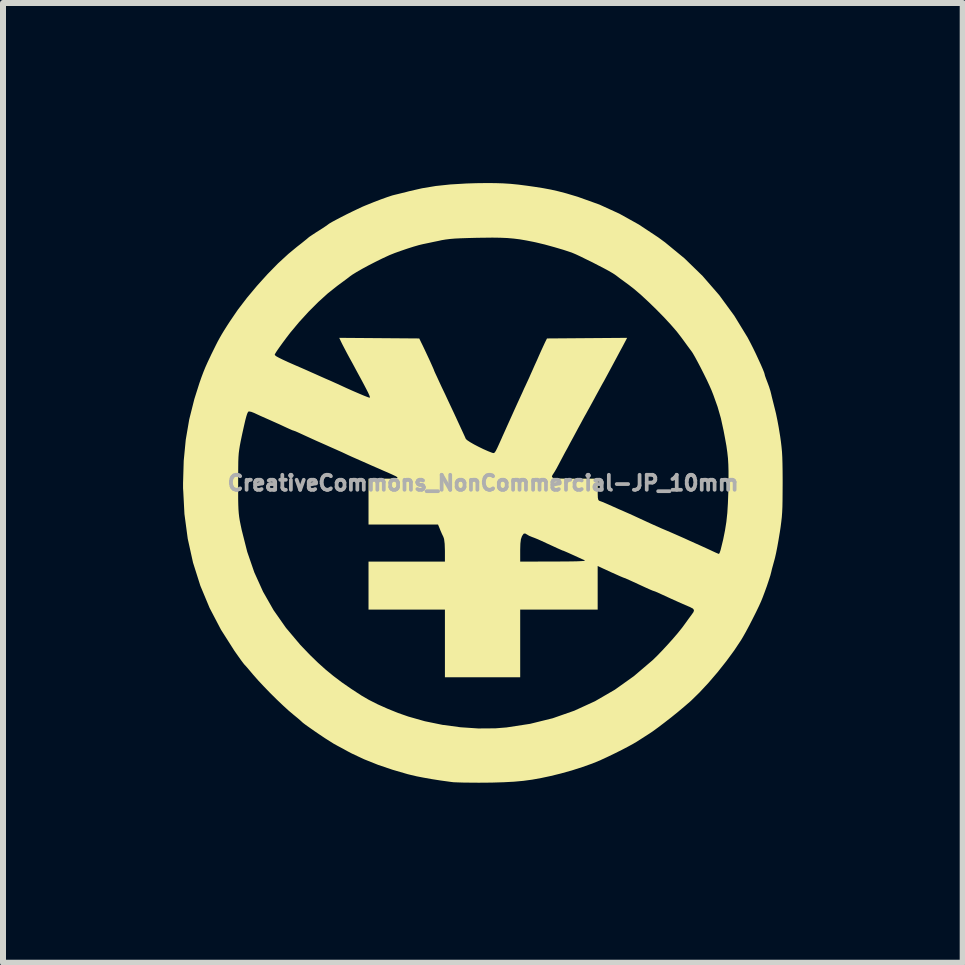
<source format=kicad_pcb>
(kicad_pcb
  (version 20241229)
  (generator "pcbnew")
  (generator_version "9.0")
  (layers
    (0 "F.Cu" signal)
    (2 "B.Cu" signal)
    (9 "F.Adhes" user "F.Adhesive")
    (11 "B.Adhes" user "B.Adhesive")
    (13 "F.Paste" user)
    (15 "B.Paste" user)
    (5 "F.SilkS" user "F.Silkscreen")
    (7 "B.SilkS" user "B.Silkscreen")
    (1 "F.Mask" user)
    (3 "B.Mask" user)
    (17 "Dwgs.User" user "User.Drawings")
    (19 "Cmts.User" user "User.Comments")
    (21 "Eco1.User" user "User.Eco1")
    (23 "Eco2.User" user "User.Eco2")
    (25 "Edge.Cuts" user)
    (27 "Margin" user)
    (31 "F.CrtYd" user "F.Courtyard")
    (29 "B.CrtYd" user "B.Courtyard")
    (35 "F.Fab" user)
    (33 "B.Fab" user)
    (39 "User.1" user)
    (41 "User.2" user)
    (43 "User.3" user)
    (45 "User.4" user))
  (footprint "CreativeCommons_NonCommercial-JP_10mm"
    (layer "F.Cu")
    (at 4.999 4.998)
    (property "Reference" "CreativeCommons_NonCommercial-JP_10mm" (at 0 0 0) (layer "F.Fab") (effects (font (size 0.25 0.25) (thickness 0.3))))
    (attr board_only exclude_from_pos_files exclude_from_bom)
    (fp_poly (pts (xy 0.202 -4.997) (xy 0.332 -4.993) (xy 0.457 -4.985) (xy 0.588 -4.972) (xy 0.735 -4.953) (xy 0.855 -4.936) (xy 1.001 -4.913) (xy 1.13 -4.889) (xy 1.253 -4.861) (xy 1.383 -4.827) (xy 1.53 -4.783) (xy 1.591 -4.764) (xy 1.937 -4.64) (xy 2.27 -4.488) (xy 2.595 -4.307) (xy 2.918 -4.093) (xy 3.03 -4.011) (xy 3.355 -3.744) (xy 3.657 -3.45) (xy 3.934 -3.131) (xy 4.185 -2.788) (xy 4.407 -2.425) (xy 4.419 -2.402) (xy 4.457 -2.33) (xy 4.5 -2.245) (xy 4.545 -2.152) (xy 4.588 -2.059) (xy 4.628 -1.972) (xy 4.66 -1.898) (xy 4.682 -1.843) (xy 4.691 -1.813) (xy 4.691 -1.811) (xy 4.697 -1.787) (xy 4.714 -1.739) (xy 4.737 -1.679) (xy 4.764 -1.606) (xy 4.787 -1.533) (xy 4.799 -1.486) (xy 4.811 -1.434) (xy 4.83 -1.359) (xy 4.851 -1.275) (xy 4.861 -1.236) (xy 4.881 -1.154) (xy 4.903 -1.047) (xy 4.925 -0.929) (xy 4.944 -0.812) (xy 4.949 -0.782) (xy 4.962 -0.689) (xy 4.972 -0.605) (xy 4.98 -0.521) (xy 4.985 -0.431) (xy 4.988 -0.328) (xy 4.99 -0.205) (xy 4.991 -0.056) (xy 4.991 0.009) (xy 4.99 0.165) (xy 4.989 0.292) (xy 4.987 0.397) (xy 4.983 0.486) (xy 4.977 0.567) (xy 4.968 0.647) (xy 4.957 0.733) (xy 4.942 0.832) (xy 4.941 0.836) (xy 4.922 0.951) (xy 4.902 1.063) (xy 4.882 1.164) (xy 4.864 1.244) (xy 4.854 1.282) (xy 4.833 1.358) (xy 4.813 1.431) (xy 4.801 1.482) (xy 4.786 1.54) (xy 4.76 1.621) (xy 4.728 1.717) (xy 4.692 1.816) (xy 4.657 1.909) (xy 4.631 1.973) (xy 4.595 2.052) (xy 4.547 2.152) (xy 4.491 2.263) (xy 4.433 2.376) (xy 4.377 2.481) (xy 4.327 2.569) (xy 4.299 2.616) (xy 4.184 2.789) (xy 4.051 2.97) (xy 3.906 3.153) (xy 3.755 3.329) (xy 3.606 3.489) (xy 3.466 3.626) (xy 3.453 3.638) (xy 3.359 3.719) (xy 3.251 3.81) (xy 3.136 3.903) (xy 3.02 3.993) (xy 2.912 4.075) (xy 2.82 4.142) (xy 2.772 4.174) (xy 2.697 4.222) (xy 2.616 4.274) (xy 2.563 4.308) (xy 2.502 4.344) (xy 2.416 4.391) (xy 2.313 4.445) (xy 2.199 4.502) (xy 2.083 4.558) (xy 1.973 4.609) (xy 1.955 4.618) (xy 1.818 4.674) (xy 1.657 4.731) (xy 1.48 4.788) (xy 1.297 4.839) (xy 1.127 4.881) (xy 0.967 4.915) (xy 0.818 4.942) (xy 0.67 4.962) (xy 0.516 4.976) (xy 0.346 4.985) (xy 0.152 4.991) (xy 0.064 4.992) (xy -0.071 4.993) (xy -0.201 4.992) (xy -0.318 4.991) (xy -0.417 4.988) (xy -0.492 4.985) (xy -0.527 4.981) (xy -0.709 4.956) (xy -0.861 4.932) (xy -0.99 4.909) (xy -1.104 4.887) (xy -1.21 4.862) (xy -1.255 4.851) (xy -1.506 4.778) (xy -1.751 4.695) (xy -1.981 4.603) (xy -2.186 4.507) (xy -2.264 4.466) (xy -2.332 4.428) (xy -2.396 4.394) (xy -2.441 4.37) (xy -2.445 4.367) (xy -2.491 4.342) (xy -2.556 4.301) (xy -2.635 4.251) (xy -2.72 4.194) (xy -2.805 4.136) (xy -2.885 4.08) (xy -2.953 4.032) (xy -3.003 3.994) (xy -3.027 3.972) (xy -3.05 3.951) (xy -3.092 3.915) (xy -3.147 3.87) (xy -3.164 3.856) (xy -3.241 3.791) (xy -3.336 3.704) (xy -3.441 3.604) (xy -3.549 3.497) (xy -3.653 3.389) (xy -3.747 3.289) (xy -3.824 3.201) (xy -3.833 3.191) (xy -3.886 3.128) (xy -3.931 3.075) (xy -3.963 3.039) (xy -3.975 3.027) (xy -3.992 3.006) (xy -4.026 2.961) (xy -4.071 2.898) (xy -4.124 2.823) (xy -4.143 2.796) (xy -4.367 2.444) (xy -4.556 2.083) (xy -4.711 1.711) (xy -4.833 1.326) (xy -4.921 0.928) (xy -4.976 0.516) (xy -4.995 0.148) (xy -4.081 0.148) (xy -4.081 0.267) (xy -4.079 0.361) (xy -4.076 0.438) (xy -4.071 0.504) (xy -4.064 0.565) (xy -4.054 0.627) (xy -4.04 0.697) (xy -4.022 0.782) (xy -4.022 0.782) (xy -3.93 1.146) (xy -3.812 1.488) (xy -3.666 1.811) (xy -3.491 2.118) (xy -3.285 2.412) (xy -3.045 2.697) (xy -2.884 2.865) (xy -2.752 2.993) (xy -2.625 3.107) (xy -2.495 3.214) (xy -2.355 3.32) (xy -2.196 3.43) (xy -2.026 3.541) (xy -1.904 3.612) (xy -1.756 3.687) (xy -1.59 3.761) (xy -1.417 3.831) (xy -1.245 3.891) (xy -0.97 3.969) (xy -0.677 4.029) (xy -0.378 4.069) (xy -0.081 4.089) (xy 0.205 4.087) (xy 0.391 4.072) (xy 0.783 4.012) (xy 1.16 3.919) (xy 1.52 3.793) (xy 1.865 3.635) (xy 2.196 3.443) (xy 2.513 3.217) (xy 2.817 2.958) (xy 2.827 2.949) (xy 2.901 2.877) (xy 2.985 2.79) (xy 3.075 2.693) (xy 3.162 2.596) (xy 3.24 2.505) (xy 3.302 2.428) (xy 3.324 2.4) (xy 3.375 2.33) (xy 3.421 2.266) (xy 3.458 2.216) (xy 3.472 2.197) (xy 3.506 2.149) (xy 3.514 2.117) (xy 3.496 2.092) (xy 3.447 2.066) (xy 3.423 2.056) (xy 3.291 1.999) (xy 3.14 1.931) (xy 2.983 1.859) (xy 2.97 1.853) (xy 2.912 1.826) (xy 2.867 1.807) (xy 2.846 1.8) (xy 2.846 1.8) (xy 2.825 1.793) (xy 2.78 1.774) (xy 2.722 1.748) (xy 2.722 1.748) (xy 2.598 1.691) (xy 2.505 1.648) (xy 2.437 1.617) (xy 2.392 1.597) (xy 2.365 1.585) (xy 2.354 1.582) (xy 2.354 1.582) (xy 2.333 1.574) (xy 2.285 1.554) (xy 2.214 1.522) (xy 2.124 1.482) (xy 2.021 1.434) (xy 2.005 1.427) (xy 1.909 1.382) (xy 1.909 2.109) (xy 0.618 2.109) (xy 0.618 3.236) (xy -0.636 3.236) (xy -0.636 2.109) (xy -1.909 2.109) (xy -1.909 1.309) (xy -0.636 1.309) (xy 0.618 1.309) (xy 1.177 1.308) (xy 1.34 1.307) (xy 1.468 1.306) (xy 1.566 1.304) (xy 1.634 1.301) (xy 1.677 1.298) (xy 1.695 1.293) (xy 1.693 1.287) (xy 1.691 1.286) (xy 1.654 1.27) (xy 1.595 1.243) (xy 1.523 1.21) (xy 1.494 1.197) (xy 1.426 1.166) (xy 1.373 1.143) (xy 1.34 1.129) (xy 1.334 1.127) (xy 1.328 1.126) (xy 1.312 1.119) (xy 1.282 1.106) (xy 1.235 1.085) (xy 1.166 1.053) (xy 1.072 1.01) (xy 0.973 0.964) (xy 0.908 0.935) (xy 0.851 0.912) (xy 0.818 0.9) (xy 0.767 0.879) (xy 0.737 0.861) (xy 0.7 0.84) (xy 0.675 0.845) (xy 0.651 0.88) (xy 0.646 0.89) (xy 0.63 0.937) (xy 0.621 1.01) (xy 0.618 1.114) (xy 0.618 1.126) (xy 0.618 1.309) (xy -0.636 1.309) (xy -0.636 1.129) (xy -0.64 1.014) (xy -0.65 0.933) (xy -0.662 0.897) (xy -0.686 0.847) (xy -0.713 0.785) (xy -0.719 0.768) (xy -0.751 0.691) (xy -1.909 0.691) (xy -1.909 -0.073) (xy -1.651 -0.073) (xy -1.543 -0.073) (xy -1.47 -0.076) (xy -1.432 -0.082) (xy -1.426 -0.093) (xy -1.452 -0.112) (xy -1.509 -0.139) (xy -1.582 -0.172) (xy -1.659 -0.205) (xy -1.738 -0.24) (xy -1.791 -0.263) (xy -1.851 -0.289) (xy -1.929 -0.324) (xy -2.013 -0.361) (xy -2.036 -0.371) (xy -2.115 -0.406) (xy -2.19 -0.439) (xy -2.249 -0.466) (xy -2.264 -0.473) (xy -2.349 -0.513) (xy -2.452 -0.559) (xy -2.554 -0.604) (xy -2.625 -0.636) (xy -2.777 -0.703) (xy -2.961 -0.787) (xy -3.013 -0.811) (xy -3.076 -0.84) (xy -3.126 -0.862) (xy -3.154 -0.872) (xy -3.157 -0.873) (xy -3.179 -0.88) (xy -3.222 -0.899) (xy -3.262 -0.917) (xy -3.318 -0.943) (xy -3.395 -0.979) (xy -3.483 -1.018) (xy -3.545 -1.046) (xy -3.631 -1.084) (xy -3.712 -1.12) (xy -3.779 -1.151) (xy -3.813 -1.167) (xy -3.862 -1.186) (xy -3.899 -1.193) (xy -3.908 -1.192) (xy -3.919 -1.179) (xy -3.931 -1.154) (xy -3.945 -1.11) (xy -3.962 -1.046) (xy -3.983 -0.955) (xy -4.01 -0.834) (xy -4.023 -0.773) (xy -4.04 -0.691) (xy -4.053 -0.622) (xy -4.063 -0.56) (xy -4.071 -0.499) (xy -4.076 -0.432) (xy -4.079 -0.354) (xy -4.08 -0.257) (xy -4.081 -0.135) (xy -4.081 0) (xy -4.081 0.148) (xy -4.995 0.148) (xy -4.999 0.088) (xy -4.999 0) (xy -4.988 -0.371) (xy -4.954 -0.722) (xy -4.896 -1.061) (xy -4.811 -1.399) (xy -4.727 -1.664) (xy -4.692 -1.764) (xy -4.66 -1.849) (xy -4.627 -1.93) (xy -4.589 -2.015) (xy -4.542 -2.114) (xy -4.53 -2.14) (xy -3.472 -2.14) (xy -3.465 -2.127) (xy -3.443 -2.11) (xy -3.401 -2.087) (xy -3.338 -2.056) (xy -3.25 -2.015) (xy -3.134 -1.964) (xy -3 -1.906) (xy -2.932 -1.876) (xy -2.863 -1.845) (xy -2.845 -1.837) (xy -2.795 -1.815) (xy -2.724 -1.783) (xy -2.645 -1.748) (xy -2.618 -1.736) (xy -2.539 -1.702) (xy -2.464 -1.668) (xy -2.405 -1.642) (xy -2.391 -1.635) (xy -2.274 -1.581) (xy -2.164 -1.532) (xy -2.066 -1.49) (xy -1.986 -1.456) (xy -1.927 -1.433) (xy -1.894 -1.422) (xy -1.89 -1.422) (xy -1.886 -1.427) (xy -1.888 -1.441) (xy -1.897 -1.465) (xy -1.914 -1.503) (xy -1.942 -1.558) (xy -1.98 -1.631) (xy -2.031 -1.727) (xy -2.097 -1.848) (xy -2.177 -1.997) (xy -2.219 -2.073) (xy -2.264 -2.156) (xy -2.306 -2.236) (xy -2.341 -2.303) (xy -2.36 -2.341) (xy -2.397 -2.419) (xy -1.064 -2.409) (xy -1.033 -2.345) (xy -1.003 -2.284) (xy -0.968 -2.21) (xy -0.93 -2.129) (xy -0.893 -2.05) (xy -0.861 -1.979) (xy -0.836 -1.923) (xy -0.821 -1.888) (xy -0.818 -1.881) (xy -0.816 -1.873) (xy -0.808 -1.854) (xy -0.793 -1.821) (xy -0.769 -1.77) (xy -0.736 -1.698) (xy -0.691 -1.601) (xy -0.632 -1.478) (xy -0.581 -1.368) (xy -0.484 -1.162) (xy -0.4 -0.98) (xy -0.363 -0.9) (xy -0.332 -0.833) (xy -0.305 -0.774) (xy -0.288 -0.736) (xy -0.287 -0.734) (xy -0.264 -0.713) (xy -0.216 -0.681) (xy -0.15 -0.643) (xy -0.073 -0.603) (xy 0.007 -0.564) (xy 0.084 -0.53) (xy 0.148 -0.505) (xy 0.155 -0.503) (xy 0.17 -0.499) (xy 0.183 -0.501) (xy 0.197 -0.513) (xy 0.214 -0.54) (xy 0.237 -0.586) (xy 0.269 -0.656) (xy 0.313 -0.754) (xy 0.321 -0.773) (xy 0.36 -0.859) (xy 0.406 -0.962) (xy 0.458 -1.077) (xy 0.511 -1.195) (xy 0.564 -1.312) (xy 0.613 -1.419) (xy 0.655 -1.51) (xy 0.686 -1.58) (xy 0.7 -1.609) (xy 0.732 -1.678) (xy 0.769 -1.758) (xy 0.791 -1.809) (xy 0.819 -1.871) (xy 0.856 -1.955) (xy 0.898 -2.047) (xy 0.929 -2.118) (xy 0.966 -2.201) (xy 1 -2.275) (xy 1.027 -2.333) (xy 1.042 -2.364) (xy 1.065 -2.409) (xy 2.4 -2.419) (xy 2.325 -2.277) (xy 2.28 -2.194) (xy 2.23 -2.1) (xy 2.178 -2.003) (xy 2.127 -1.908) (xy 2.08 -1.821) (xy 2.041 -1.749) (xy 2.013 -1.697) (xy 1.999 -1.673) (xy 1.985 -1.648) (xy 1.957 -1.597) (xy 1.919 -1.527) (xy 1.874 -1.445) (xy 1.855 -1.409) (xy 1.808 -1.323) (xy 1.767 -1.248) (xy 1.734 -1.189) (xy 1.714 -1.152) (xy 1.71 -1.145) (xy 1.696 -1.121) (xy 1.668 -1.07) (xy 1.63 -0.999) (xy 1.584 -0.915) (xy 1.552 -0.855) (xy 1.5 -0.758) (xy 1.449 -0.665) (xy 1.406 -0.583) (xy 1.372 -0.522) (xy 1.36 -0.5) (xy 1.323 -0.43) (xy 1.281 -0.351) (xy 1.258 -0.307) (xy 1.225 -0.245) (xy 1.193 -0.19) (xy 1.175 -0.162) (xy 1.156 -0.133) (xy 1.147 -0.112) (xy 1.151 -0.096) (xy 1.172 -0.085) (xy 1.214 -0.078) (xy 1.281 -0.075) (xy 1.376 -0.073) (xy 1.503 -0.073) (xy 1.527 -0.073) (xy 1.909 -0.073) (xy 1.909 0.108) (xy 1.91 0.19) (xy 1.912 0.244) (xy 1.918 0.275) (xy 1.929 0.292) (xy 1.946 0.3) (xy 1.95 0.301) (xy 1.988 0.315) (xy 2.045 0.339) (xy 2.1 0.363) (xy 2.169 0.394) (xy 2.256 0.433) (xy 2.344 0.471) (xy 2.364 0.48) (xy 2.446 0.516) (xy 2.527 0.553) (xy 2.594 0.584) (xy 2.609 0.591) (xy 2.802 0.68) (xy 2.97 0.755) (xy 3.055 0.791) (xy 3.123 0.82) (xy 3.212 0.859) (xy 3.305 0.9) (xy 3.355 0.922) (xy 3.442 0.962) (xy 3.529 1.001) (xy 3.603 1.034) (xy 3.636 1.049) (xy 3.711 1.083) (xy 3.791 1.12) (xy 3.827 1.137) (xy 3.879 1.161) (xy 3.917 1.177) (xy 3.929 1.181) (xy 3.94 1.166) (xy 3.954 1.126) (xy 3.96 1.105) (xy 4 0.941) (xy 4.03 0.792) (xy 4.053 0.648) (xy 4.069 0.499) (xy 4.079 0.336) (xy 4.086 0.149) (xy 4.087 0.094) (xy 4.089 -0.065) (xy 4.089 -0.197) (xy 4.086 -0.309) (xy 4.08 -0.412) (xy 4.069 -0.512) (xy 4.054 -0.619) (xy 4.032 -0.741) (xy 4.007 -0.873) (xy 3.962 -1.079) (xy 3.907 -1.27) (xy 3.837 -1.466) (xy 3.806 -1.545) (xy 3.772 -1.622) (xy 3.729 -1.715) (xy 3.679 -1.816) (xy 3.627 -1.919) (xy 3.576 -2.016) (xy 3.53 -2.101) (xy 3.493 -2.165) (xy 3.47 -2.199) (xy 3.445 -2.232) (xy 3.405 -2.286) (xy 3.355 -2.355) (xy 3.302 -2.427) (xy 3.224 -2.528) (xy 3.123 -2.644) (xy 3.006 -2.77) (xy 2.88 -2.898) (xy 2.751 -3.023) (xy 2.627 -3.138) (xy 2.512 -3.236) (xy 2.427 -3.302) (xy 2.352 -3.357) (xy 2.282 -3.408) (xy 2.227 -3.45) (xy 2.194 -3.474) (xy 2.158 -3.497) (xy 2.096 -3.533) (xy 2.015 -3.577) (xy 1.92 -3.626) (xy 1.82 -3.678) (xy 1.719 -3.727) (xy 1.626 -3.773) (xy 1.547 -3.81) (xy 1.488 -3.835) (xy 1.473 -3.841) (xy 1.337 -3.886) (xy 1.184 -3.931) (xy 1.028 -3.974) (xy 0.886 -4.008) (xy 0.845 -4.017) (xy 0.723 -4.041) (xy 0.613 -4.06) (xy 0.509 -4.073) (xy 0.404 -4.082) (xy 0.288 -4.087) (xy 0.156 -4.089) (xy -0.001 -4.087) (xy -0.097 -4.086) (xy -0.25 -4.082) (xy -0.374 -4.078) (xy -0.473 -4.073) (xy -0.555 -4.066) (xy -0.626 -4.057) (xy -0.692 -4.046) (xy -0.736 -4.036) (xy -0.824 -4.018) (xy -0.908 -4) (xy -0.975 -3.986) (xy -1 -3.981) (xy -1.067 -3.965) (xy -1.157 -3.939) (xy -1.261 -3.906) (xy -1.369 -3.869) (xy -1.47 -3.833) (xy -1.555 -3.799) (xy -1.573 -3.791) (xy -1.681 -3.741) (xy -1.796 -3.684) (xy -1.911 -3.625) (xy -2.018 -3.567) (xy -2.11 -3.514) (xy -2.181 -3.47) (xy -2.216 -3.445) (xy -2.241 -3.425) (xy -2.289 -3.389) (xy -2.354 -3.341) (xy -2.427 -3.287) (xy -2.436 -3.28) (xy -2.586 -3.161) (xy -2.745 -3.017) (xy -2.907 -2.855) (xy -3.065 -2.682) (xy -3.212 -2.506) (xy -3.278 -2.42) (xy -3.341 -2.335) (xy -3.395 -2.26) (xy -3.438 -2.198) (xy -3.464 -2.156) (xy -3.472 -2.14) (xy -4.53 -2.14) (xy -4.496 -2.209) (xy -4.454 -2.294) (xy -4.42 -2.361) (xy -4.388 -2.419) (xy -4.355 -2.477) (xy -4.315 -2.543) (xy -4.263 -2.625) (xy -4.22 -2.691) (xy -4.088 -2.885) (xy -3.935 -3.085) (xy -3.768 -3.285) (xy -3.593 -3.479) (xy -3.417 -3.659) (xy -3.244 -3.818) (xy -3.1 -3.937) (xy -3.033 -3.989) (xy -2.976 -4.035) (xy -2.935 -4.068) (xy -2.918 -4.083) (xy -2.896 -4.101) (xy -2.85 -4.132) (xy -2.788 -4.173) (xy -2.745 -4.2) (xy -2.679 -4.242) (xy -2.625 -4.278) (xy -2.591 -4.302) (xy -2.582 -4.309) (xy -2.561 -4.324) (xy -2.513 -4.352) (xy -2.444 -4.389) (xy -2.362 -4.432) (xy -2.272 -4.478) (xy -2.18 -4.523) (xy -2.092 -4.565) (xy -2.016 -4.601) (xy -1.964 -4.623) (xy -1.825 -4.679) (xy -1.7 -4.727) (xy -1.594 -4.765) (xy -1.512 -4.792) (xy -1.473 -4.802) (xy -1.427 -4.813) (xy -1.358 -4.83) (xy -1.277 -4.85) (xy -1.236 -4.861) (xy -1.018 -4.911) (xy -0.789 -4.949) (xy -0.544 -4.975) (xy -0.274 -4.991) (xy -0.113 -4.996) (xy 0.058 -4.998)) (stroke (width 0) (type solid)) (fill yes) (layer "F.SilkS")))
  (gr_rect
    (start -3 -3)
    (end 12.99 12.991)
    (stroke (width 0.1) (type default))
    (fill no)
    (layer "Edge.Cuts")))
</source>
